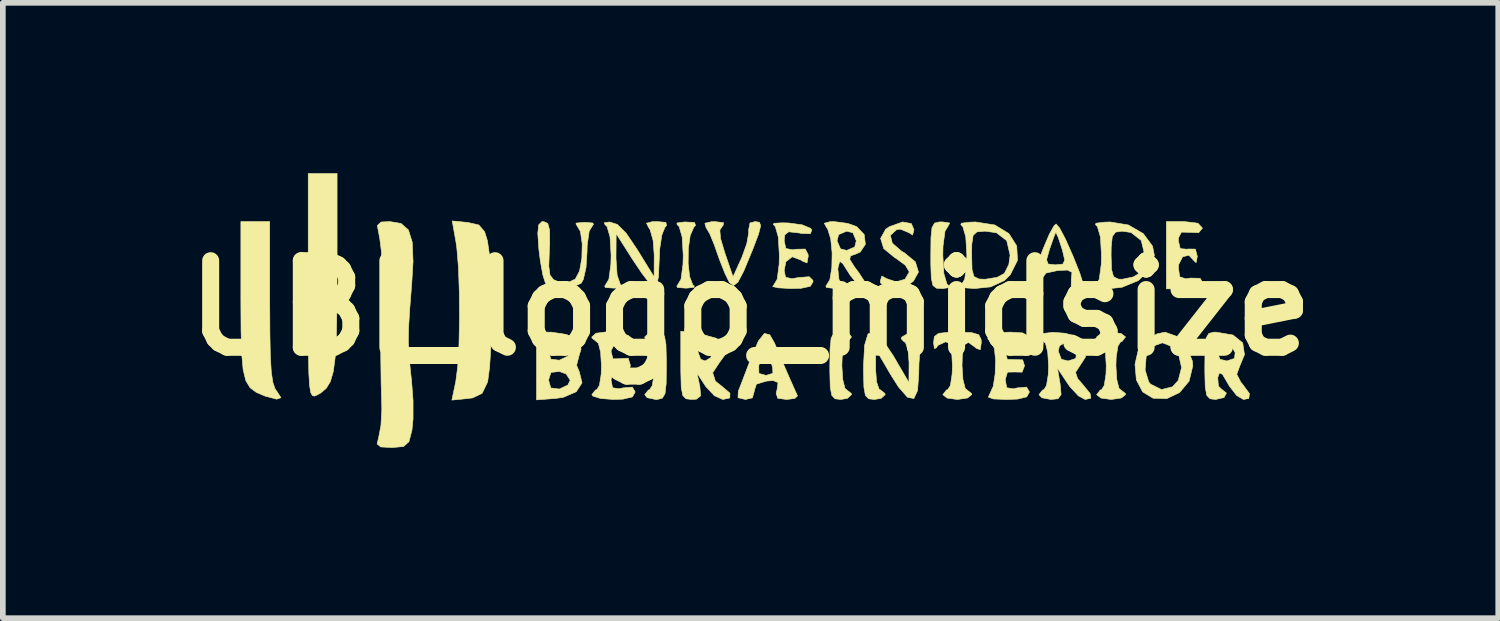
<source format=kicad_pcb>
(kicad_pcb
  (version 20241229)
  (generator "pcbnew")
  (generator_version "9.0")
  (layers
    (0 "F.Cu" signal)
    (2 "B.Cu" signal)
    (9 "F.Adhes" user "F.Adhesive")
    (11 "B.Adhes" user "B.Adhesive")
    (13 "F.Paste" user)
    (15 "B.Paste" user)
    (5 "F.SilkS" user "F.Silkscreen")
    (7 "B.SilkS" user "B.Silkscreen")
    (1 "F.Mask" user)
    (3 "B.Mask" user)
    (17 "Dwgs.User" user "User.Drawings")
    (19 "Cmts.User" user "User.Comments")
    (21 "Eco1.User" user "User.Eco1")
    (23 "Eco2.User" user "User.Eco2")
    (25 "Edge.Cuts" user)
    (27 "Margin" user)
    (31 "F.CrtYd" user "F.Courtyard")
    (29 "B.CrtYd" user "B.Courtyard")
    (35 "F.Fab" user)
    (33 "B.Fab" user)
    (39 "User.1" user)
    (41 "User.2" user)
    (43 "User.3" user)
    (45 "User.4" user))
  (footprint "UBI_logo_midsize"
    (layer "F.Cu")
    (at 10.167 2.376)
    (property "Reference" "UBI_logo_midsize" (at 0 0 0) (layer "F.SilkS") (effects (font (size 1.524 1.524) (thickness 0.3))))
    (attr through_hole)
    (fp_poly (pts (xy -8.467 -0.091) (xy -8.464 0.453) (xy -8.456 0.851) (xy -8.439 1.13) (xy -8.411 1.313) (xy -8.371 1.425) (xy -8.334 1.476) (xy -8.269 1.578) (xy -8.345 1.604) (xy -8.548 1.55) (xy -8.551 1.549) (xy -8.702 1.485) (xy -8.812 1.403) (xy -8.888 1.278) (xy -8.935 1.085) (xy -8.961 0.798) (xy -8.972 0.392) (xy -8.975 -0.14) (xy -8.975 -1.524) (xy -8.467 -1.524) (xy -8.467 -0.091)) (stroke (width 0.01) (type solid)) (fill yes) (layer "F.SilkS"))
    (fp_poly (pts (xy -7.281 -0.629) (xy -7.284 0.005) (xy -7.293 0.493) (xy -7.313 0.855) (xy -7.347 1.115) (xy -7.399 1.293) (xy -7.471 1.412) (xy -7.568 1.494) (xy -7.622 1.525) (xy -7.675 1.549) (xy -7.715 1.542) (xy -7.745 1.487) (xy -7.765 1.363) (xy -7.778 1.152) (xy -7.785 0.835) (xy -7.789 0.391) (xy -7.789 -0.198) (xy -7.789 -0.378) (xy -7.789 -2.371) (xy -7.281 -2.371) (xy -7.281 -0.629)) (stroke (width 0.01) (type solid)) (fill yes) (layer "F.SilkS"))
    (fp_poly (pts (xy 3.387 -1.517) (xy 3.507 -1.499) (xy 3.493 -1.468) (xy 3.425 -1.354) (xy 3.39 -1.091) (xy 3.387 -0.931) (xy 3.405 -0.608) (xy 3.459 -0.426) (xy 3.493 -0.395) (xy 3.503 -0.362) (xy 3.387 -0.345) (xy 3.276 -0.35) (xy 3.213 -0.398) (xy 3.184 -0.525) (xy 3.175 -0.769) (xy 3.175 -0.931) (xy 3.178 -1.241) (xy 3.196 -1.417) (xy 3.242 -1.498) (xy 3.329 -1.518) (xy 3.387 -1.517)) (stroke (width 0.01) (type solid)) (fill yes) (layer "F.SilkS"))
    (fp_poly (pts (xy -1.572 0.435) (xy -1.515 0.495) (xy -1.489 0.639) (xy -1.482 0.904) (xy -1.482 1.016) (xy -1.485 1.326) (xy -1.505 1.504) (xy -1.551 1.585) (xy -1.636 1.608) (xy -1.672 1.609) (xy -1.821 1.577) (xy -1.863 1.524) (xy -1.798 1.442) (xy -1.778 1.439) (xy -1.73 1.363) (xy -1.699 1.168) (xy -1.693 1.016) (xy -1.709 0.775) (xy -1.748 0.621) (xy -1.778 0.593) (xy -1.86 0.528) (xy -1.863 0.508) (xy -1.791 0.442) (xy -1.672 0.423) (xy -1.572 0.435)) (stroke (width 0.01) (type solid)) (fill yes) (layer "F.SilkS"))
    (fp_poly (pts (xy -0.985 -1.508) (xy -0.969 -1.458) (xy -0.999 -1.422) (xy -1.062 -1.28) (xy -1.095 -1.048) (xy -1.098 -0.786) (xy -1.072 -0.554) (xy -1.017 -0.411) (xy -0.995 -0.395) (xy -0.991 -0.366) (xy -1.123 -0.352) (xy -1.143 -0.352) (xy -1.287 -0.363) (xy -1.299 -0.391) (xy -1.291 -0.395) (xy -1.224 -0.509) (xy -1.189 -0.771) (xy -1.185 -0.931) (xy -1.204 -1.254) (xy -1.257 -1.437) (xy -1.291 -1.468) (xy -1.296 -1.499) (xy -1.164 -1.517) (xy -1.147 -1.517) (xy -0.985 -1.508)) (stroke (width 0.01) (type solid)) (fill yes) (layer "F.SilkS"))
    (fp_poly (pts (xy 1.736 0.455) (xy 1.778 0.508) (xy 1.714 0.59) (xy 1.693 0.593) (xy 1.645 0.669) (xy 1.614 0.864) (xy 1.609 1.016) (xy 1.624 1.257) (xy 1.663 1.411) (xy 1.693 1.439) (xy 1.776 1.504) (xy 1.778 1.524) (xy 1.706 1.59) (xy 1.587 1.609) (xy 1.488 1.597) (xy 1.431 1.537) (xy 1.404 1.393) (xy 1.397 1.128) (xy 1.397 1.016) (xy 1.401 0.706) (xy 1.42 0.528) (xy 1.466 0.447) (xy 1.552 0.424) (xy 1.587 0.423) (xy 1.736 0.455)) (stroke (width 0.01) (type solid)) (fill yes) (layer "F.SilkS"))
    (fp_poly (pts (xy -4.979 -1.508) (xy -4.785 -1.464) (xy -4.683 -1.346) (xy -4.633 -1.185) (xy -4.599 -0.949) (xy -4.576 -0.598) (xy -4.564 -0.178) (xy -4.563 0.267) (xy -4.573 0.688) (xy -4.595 1.042) (xy -4.627 1.282) (xy -4.635 1.312) (xy -4.727 1.501) (xy -4.893 1.581) (xy -4.985 1.593) (xy -5.259 1.62) (xy -5.191 1.297) (xy -5.156 1.029) (xy -5.134 0.644) (xy -5.125 0.191) (xy -5.128 -0.277) (xy -5.143 -0.711) (xy -5.172 -1.058) (xy -5.188 -1.17) (xy -5.253 -1.535) (xy -4.979 -1.508)) (stroke (width 0.01) (type solid)) (fill yes) (layer "F.SilkS"))
    (fp_poly (pts (xy 7.879 -1.495) (xy 7.959 -1.409) (xy 7.892 -1.328) (xy 7.747 -1.334) (xy 7.589 -1.338) (xy 7.538 -1.241) (xy 7.535 -1.185) (xy 7.568 -1.047) (xy 7.691 -1.037) (xy 7.705 -1.041) (xy 7.835 -1.039) (xy 7.868 -0.913) (xy 7.867 -0.902) (xy 7.847 -0.801) (xy 7.818 -0.826) (xy 7.72 -0.931) (xy 7.61 -0.904) (xy 7.54 -0.768) (xy 7.535 -0.71) (xy 7.559 -0.551) (xy 7.663 -0.516) (xy 7.747 -0.529) (xy 7.919 -0.525) (xy 7.959 -0.454) (xy 7.879 -0.367) (xy 7.641 -0.339) (xy 7.324 -0.339) (xy 7.324 -1.524) (xy 7.641 -1.524) (xy 7.879 -1.495)) (stroke (width 0.01) (type solid)) (fill yes) (layer "F.SilkS"))
    (fp_poly (pts (xy 0.158 -1.511) (xy 0.179 -1.449) (xy 0.141 -1.303) (xy 0.042 -1.041) (xy 0.023 -0.995) (xy -0.119 -0.652) (xy -0.222 -0.456) (xy -0.302 -0.395) (xy -0.374 -0.454) (xy -0.45 -0.61) (xy -0.551 -0.867) (xy -0.631 -1.095) (xy -0.635 -1.108) (xy -0.718 -1.31) (xy -0.783 -1.418) (xy -0.804 -1.494) (xy -0.685 -1.522) (xy -0.624 -1.523) (xy -0.475 -1.505) (xy -0.482 -1.457) (xy -0.487 -1.454) (xy -0.54 -1.377) (xy -0.528 -1.225) (xy -0.451 -0.969) (xy -0.308 -0.551) (xy -0.154 -0.889) (xy -0.066 -1.132) (xy -0.031 -1.331) (xy -0.034 -1.376) (xy -0.009 -1.5) (xy 0.083 -1.524) (xy 0.158 -1.511)) (stroke (width 0.01) (type solid)) (fill yes) (layer "F.SilkS"))
    (fp_poly (pts (xy 7.509 0.499) (xy 7.685 0.687) (xy 7.782 0.934) (xy 7.789 1.016) (xy 7.724 1.286) (xy 7.556 1.487) (xy 7.33 1.594) (xy 7.089 1.587) (xy 6.906 1.476) (xy 6.795 1.264) (xy 6.78 1.09) (xy 6.949 1.09) (xy 7.012 1.298) (xy 7.044 1.338) (xy 7.237 1.434) (xy 7.432 1.386) (xy 7.534 1.272) (xy 7.591 1.045) (xy 7.543 0.834) (xy 7.421 0.677) (xy 7.254 0.611) (xy 7.073 0.675) (xy 7.066 0.681) (xy 6.968 0.855) (xy 6.949 1.09) (xy 6.78 1.09) (xy 6.771 0.99) (xy 6.831 0.728) (xy 6.962 0.555) (xy 7.159 0.454) (xy 7.3 0.423) (xy 7.509 0.499)) (stroke (width 0.01) (type solid)) (fill yes) (layer "F.SilkS"))
    (fp_poly (pts (xy 2.832 -1.489) (xy 2.879 -1.38) (xy 2.854 -1.288) (xy 2.784 -1.331) (xy 2.635 -1.391) (xy 2.572 -1.381) (xy 2.463 -1.281) (xy 2.497 -1.143) (xy 2.664 -0.999) (xy 2.709 -0.974) (xy 2.903 -0.815) (xy 2.958 -0.635) (xy 2.868 -0.473) (xy 2.8 -0.426) (xy 2.572 -0.347) (xy 2.386 -0.355) (xy 2.29 -0.444) (xy 2.286 -0.476) (xy 2.312 -0.565) (xy 2.402 -0.517) (xy 2.563 -0.462) (xy 2.719 -0.508) (xy 2.794 -0.633) (xy 2.794 -0.642) (xy 2.726 -0.756) (xy 2.559 -0.879) (xy 2.54 -0.889) (xy 2.346 -1.048) (xy 2.291 -1.228) (xy 2.381 -1.39) (xy 2.45 -1.436) (xy 2.679 -1.517) (xy 2.832 -1.489)) (stroke (width 0.01) (type solid)) (fill yes) (layer "F.SilkS"))
    (fp_poly (pts (xy 6.528 0.448) (xy 6.604 0.507) (xy 6.604 0.508) (xy 6.54 0.59) (xy 6.519 0.593) (xy 6.471 0.669) (xy 6.44 0.864) (xy 6.435 1.016) (xy 6.45 1.257) (xy 6.489 1.411) (xy 6.519 1.439) (xy 6.602 1.504) (xy 6.604 1.524) (xy 6.53 1.583) (xy 6.353 1.609) (xy 6.35 1.609) (xy 6.172 1.584) (xy 6.096 1.525) (xy 6.096 1.524) (xy 6.16 1.442) (xy 6.181 1.439) (xy 6.229 1.363) (xy 6.26 1.168) (xy 6.265 1.016) (xy 6.25 0.775) (xy 6.211 0.621) (xy 6.181 0.593) (xy 6.098 0.528) (xy 6.096 0.508) (xy 6.17 0.449) (xy 6.347 0.423) (xy 6.35 0.423) (xy 6.528 0.448)) (stroke (width 0.01) (type solid)) (fill yes) (layer "F.SilkS"))
    (fp_poly (pts (xy -0.898 0.451) (xy -0.605 0.53) (xy -0.454 0.662) (xy -0.455 0.831) (xy -0.55 0.962) (xy -0.666 1.138) (xy -0.618 1.287) (xy -0.508 1.374) (xy -0.362 1.498) (xy -0.365 1.582) (xy -0.488 1.609) (xy -0.636 1.543) (xy -0.785 1.384) (xy -0.791 1.376) (xy -0.943 1.143) (xy -0.893 1.376) (xy -0.877 1.544) (xy -0.951 1.603) (xy -1.036 1.609) (xy -1.136 1.597) (xy -1.193 1.539) (xy -1.22 1.398) (xy -1.227 1.137) (xy -1.228 1.008) (xy -1.228 0.755) (xy -0.931 0.755) (xy -0.878 0.9) (xy -0.798 0.931) (xy -0.696 0.868) (xy -0.692 0.79) (xy -0.763 0.649) (xy -0.861 0.618) (xy -0.927 0.704) (xy -0.931 0.755) (xy -1.228 0.755) (xy -1.228 0.407) (xy -0.898 0.451)) (stroke (width 0.01) (type solid)) (fill yes) (layer "F.SilkS"))
    (fp_poly (pts (xy -6.155 -1.491) (xy -6.025 -1.377) (xy -5.957 -1.161) (xy -5.943 -0.82) (xy -5.966 -0.43) (xy -6.001 0.012) (xy -6.021 0.336) (xy -6.026 0.594) (xy -6.014 0.837) (xy -5.988 1.116) (xy -5.969 1.281) (xy -5.943 1.627) (xy -5.943 1.953) (xy -5.962 2.149) (xy -6.015 2.352) (xy -6.11 2.438) (xy -6.306 2.455) (xy -6.317 2.455) (xy -6.512 2.445) (xy -6.576 2.392) (xy -6.546 2.266) (xy -6.546 2.265) (xy -6.508 2.065) (xy -6.493 1.786) (xy -6.495 1.672) (xy -6.505 1.328) (xy -6.511 0.884) (xy -6.513 0.398) (xy -6.51 -0.075) (xy -6.504 -0.477) (xy -6.496 -0.699) (xy -6.499 -0.988) (xy -6.532 -1.249) (xy -6.542 -1.291) (xy -6.572 -1.455) (xy -6.506 -1.516) (xy -6.355 -1.524) (xy -6.155 -1.491)) (stroke (width 0.01) (type solid)) (fill yes) (layer "F.SilkS"))
    (fp_poly (pts (xy 4.302 -1.464) (xy 4.55 -1.313) (xy 4.688 -1.095) (xy 4.702 -0.842) (xy 4.575 -0.588) (xy 4.474 -0.487) (xy 4.23 -0.374) (xy 3.949 -0.345) (xy 3.759 -0.358) (xy 3.689 -0.382) (xy 3.704 -0.395) (xy 3.772 -0.509) (xy 3.806 -0.771) (xy 3.81 -0.931) (xy 3.895 -0.931) (xy 3.901 -0.681) (xy 3.935 -0.556) (xy 4.022 -0.513) (xy 4.132 -0.508) (xy 4.343 -0.542) (xy 4.47 -0.61) (xy 4.549 -0.768) (xy 4.572 -0.931) (xy 4.512 -1.188) (xy 4.331 -1.327) (xy 4.132 -1.355) (xy 3.991 -1.344) (xy 3.921 -1.283) (xy 3.897 -1.127) (xy 3.895 -0.931) (xy 3.81 -0.931) (xy 3.791 -1.254) (xy 3.738 -1.437) (xy 3.704 -1.468) (xy 3.713 -1.495) (xy 3.855 -1.513) (xy 3.962 -1.517) (xy 4.302 -1.464)) (stroke (width 0.01) (type solid)) (fill yes) (layer "F.SilkS"))
    (fp_poly (pts (xy 6.655 -1.464) (xy 6.918 -1.311) (xy 7.08 -1.091) (xy 7.112 -0.931) (xy 7.035 -0.684) (xy 6.83 -0.485) (xy 6.54 -0.366) (xy 6.333 -0.345) (xy 6.138 -0.358) (xy 6.06 -0.381) (xy 6.075 -0.395) (xy 6.142 -0.509) (xy 6.177 -0.771) (xy 6.181 -0.931) (xy 6.35 -0.931) (xy 6.358 -0.679) (xy 6.393 -0.554) (xy 6.477 -0.511) (xy 6.545 -0.508) (xy 6.744 -0.55) (xy 6.841 -0.61) (xy 6.919 -0.768) (xy 6.943 -0.931) (xy 6.881 -1.191) (xy 6.701 -1.332) (xy 6.545 -1.355) (xy 6.429 -1.338) (xy 6.371 -1.26) (xy 6.352 -1.078) (xy 6.35 -0.931) (xy 6.181 -0.931) (xy 6.162 -1.254) (xy 6.109 -1.437) (xy 6.075 -1.468) (xy 6.083 -1.495) (xy 6.226 -1.513) (xy 6.333 -1.517) (xy 6.655 -1.464)) (stroke (width 0.01) (type solid)) (fill yes) (layer "F.SilkS"))
    (fp_poly (pts (xy 3.893 0.431) (xy 4.019 0.468) (xy 4.061 0.551) (xy 4.064 0.61) (xy 4.046 0.733) (xy 3.976 0.708) (xy 3.962 0.694) (xy 3.838 0.604) (xy 3.763 0.647) (xy 3.73 0.836) (xy 3.725 1.016) (xy 3.741 1.257) (xy 3.78 1.411) (xy 3.81 1.439) (xy 3.892 1.504) (xy 3.895 1.524) (xy 3.821 1.583) (xy 3.644 1.609) (xy 3.641 1.609) (xy 3.462 1.584) (xy 3.387 1.525) (xy 3.387 1.524) (xy 3.451 1.442) (xy 3.471 1.439) (xy 3.52 1.363) (xy 3.55 1.168) (xy 3.556 1.016) (xy 3.541 0.745) (xy 3.49 0.614) (xy 3.436 0.593) (xy 3.3 0.657) (xy 3.273 0.699) (xy 3.239 0.713) (xy 3.224 0.614) (xy 3.237 0.501) (xy 3.313 0.444) (xy 3.495 0.425) (xy 3.641 0.423) (xy 3.893 0.431)) (stroke (width 0.01) (type solid)) (fill yes) (layer "F.SilkS"))
    (fp_poly (pts (xy -3.571 -1.493) (xy -3.538 -1.376) (xy -3.536 -1.138) (xy -3.542 -1.024) (xy -3.552 -0.74) (xy -3.531 -0.581) (xy -3.469 -0.501) (xy -3.39 -0.467) (xy -3.189 -0.463) (xy -3.086 -0.511) (xy -3.011 -0.652) (xy -2.97 -0.879) (xy -2.964 -1.132) (xy -2.995 -1.348) (xy -3.063 -1.465) (xy -3.069 -1.468) (xy -3.073 -1.497) (xy -2.941 -1.51) (xy -2.921 -1.511) (xy -2.777 -1.499) (xy -2.765 -1.471) (xy -2.773 -1.468) (xy -2.841 -1.356) (xy -2.876 -1.107) (xy -2.879 -0.984) (xy -2.897 -0.712) (xy -2.944 -0.505) (xy -2.98 -0.44) (xy -3.146 -0.36) (xy -3.364 -0.344) (xy -3.552 -0.392) (xy -3.613 -0.445) (xy -3.657 -0.583) (xy -3.701 -0.828) (xy -3.727 -1.037) (xy -3.746 -1.317) (xy -3.731 -1.466) (xy -3.676 -1.521) (xy -3.644 -1.524) (xy -3.571 -1.493)) (stroke (width 0.01) (type solid)) (fill yes) (layer "F.SilkS"))
    (fp_poly (pts (xy -3.235 0.465) (xy -3.05 0.572) (xy -2.983 0.721) (xy -3.015 0.821) (xy -3.063 1.007) (xy -3.015 1.122) (xy -2.967 1.316) (xy -3.069 1.473) (xy -3.3 1.572) (xy -3.438 1.591) (xy -3.768 1.616) (xy -3.768 1.27) (xy -3.556 1.27) (xy -3.517 1.406) (xy -3.373 1.425) (xy -3.365 1.424) (xy -3.217 1.355) (xy -3.175 1.27) (xy -3.247 1.16) (xy -3.365 1.116) (xy -3.514 1.132) (xy -3.556 1.262) (xy -3.556 1.27) (xy -3.768 1.27) (xy -3.768 0.762) (xy -3.556 0.762) (xy -3.517 0.898) (xy -3.373 0.917) (xy -3.365 0.916) (xy -3.217 0.847) (xy -3.175 0.762) (xy -3.247 0.652) (xy -3.365 0.608) (xy -3.514 0.624) (xy -3.556 0.754) (xy -3.556 0.762) (xy -3.768 0.762) (xy -3.768 0.423) (xy -3.509 0.423) (xy -3.235 0.465)) (stroke (width 0.01) (type solid)) (fill yes) (layer "F.SilkS"))
    (fp_poly (pts (xy 2.319 0.549) (xy 2.515 0.84) (xy 2.531 0.868) (xy 2.79 1.312) (xy 2.792 0.953) (xy 2.774 0.733) (xy 2.728 0.605) (xy 2.704 0.593) (xy 2.654 0.541) (xy 2.667 0.508) (xy 2.786 0.438) (xy 2.893 0.423) (xy 3.018 0.46) (xy 3.015 0.557) (xy 2.986 0.715) (xy 2.967 0.972) (xy 2.963 1.15) (xy 2.942 1.452) (xy 2.877 1.592) (xy 2.765 1.571) (xy 2.606 1.389) (xy 2.464 1.164) (xy 2.205 0.72) (xy 2.203 1.079) (xy 2.22 1.299) (xy 2.264 1.427) (xy 2.286 1.439) (xy 2.368 1.504) (xy 2.371 1.524) (xy 2.299 1.59) (xy 2.18 1.609) (xy 2.08 1.597) (xy 2.023 1.537) (xy 1.997 1.393) (xy 1.99 1.128) (xy 1.99 1.016) (xy 2.009 0.653) (xy 2.069 0.455) (xy 2.172 0.421) (xy 2.319 0.549)) (stroke (width 0.01) (type solid)) (fill yes) (layer "F.SilkS"))
    (fp_poly (pts (xy 0.339 0.469) (xy 0.422 0.614) (xy 0.526 0.859) (xy 0.642 1.128) (xy 0.747 1.367) (xy 0.817 1.522) (xy 0.828 1.545) (xy 0.781 1.591) (xy 0.636 1.609) (xy 0.479 1.588) (xy 0.451 1.499) (xy 0.468 1.433) (xy 0.485 1.311) (xy 0.4 1.276) (xy 0.283 1.285) (xy 0.105 1.338) (xy 0.066 1.453) (xy 0.067 1.46) (xy 0.033 1.581) (xy -0.09 1.609) (xy -0.22 1.578) (xy -0.215 1.465) (xy -0.213 1.46) (xy -0.151 1.3) (xy -0.055 1.048) (xy -0.042 1.015) (xy 0.145 1.015) (xy 0.148 1.15) (xy 0.271 1.185) (xy 0.394 1.148) (xy 0.39 1.051) (xy 0.344 0.887) (xy 0.339 0.835) (xy 0.306 0.778) (xy 0.233 0.834) (xy 0.161 0.964) (xy 0.145 1.015) (xy -0.042 1.015) (xy 0.013 0.868) (xy 0.14 0.577) (xy 0.245 0.446) (xy 0.339 0.469)) (stroke (width 0.01) (type solid)) (fill yes) (layer "F.SilkS"))
    (fp_poly (pts (xy -1.491 -1.51) (xy -1.478 -1.456) (xy -1.507 -1.422) (xy -1.562 -1.287) (xy -1.599 -1.042) (xy -1.609 -0.823) (xy -1.621 -0.553) (xy -1.655 -0.387) (xy -1.691 -0.353) (xy -1.776 -0.434) (xy -1.917 -0.619) (xy -2.07 -0.847) (xy -2.366 -1.312) (xy -2.369 -0.875) (xy -2.349 -0.582) (xy -2.293 -0.417) (xy -2.265 -0.395) (xy -2.261 -0.366) (xy -2.393 -0.352) (xy -2.413 -0.352) (xy -2.557 -0.363) (xy -2.569 -0.391) (xy -2.561 -0.395) (xy -2.494 -0.509) (xy -2.459 -0.771) (xy -2.455 -0.931) (xy -2.474 -1.254) (xy -2.527 -1.437) (xy -2.561 -1.468) (xy -2.577 -1.503) (xy -2.483 -1.517) (xy -2.346 -1.474) (xy -2.191 -1.321) (xy -1.999 -1.037) (xy -1.698 -0.55) (xy -1.696 -0.936) (xy -1.715 -1.191) (xy -1.768 -1.381) (xy -1.795 -1.422) (xy -1.832 -1.495) (xy -1.731 -1.522) (xy -1.651 -1.524) (xy -1.491 -1.51)) (stroke (width 0.01) (type solid)) (fill yes) (layer "F.SilkS"))
    (fp_poly (pts (xy 0.671 -1.499) (xy 0.909 -1.467) (xy 1.058 -1.405) (xy 1.08 -1.377) (xy 1.055 -1.31) (xy 0.897 -1.315) (xy 0.853 -1.324) (xy 0.672 -1.344) (xy 0.602 -1.288) (xy 0.593 -1.186) (xy 0.622 -1.05) (xy 0.742 -1.027) (xy 0.804 -1.037) (xy 0.964 -1.04) (xy 1.015 -0.944) (xy 1.016 -0.909) (xy 0.995 -0.795) (xy 0.91 -0.83) (xy 0.893 -0.844) (xy 0.734 -0.904) (xy 0.623 -0.817) (xy 0.593 -0.662) (xy 0.617 -0.544) (xy 0.725 -0.518) (xy 0.847 -0.538) (xy 1.033 -0.553) (xy 1.099 -0.489) (xy 1.101 -0.464) (xy 1.053 -0.384) (xy 0.891 -0.349) (xy 0.699 -0.345) (xy 0.488 -0.357) (xy 0.391 -0.379) (xy 0.402 -0.395) (xy 0.47 -0.509) (xy 0.504 -0.771) (xy 0.508 -0.931) (xy 0.489 -1.254) (xy 0.436 -1.438) (xy 0.402 -1.471) (xy 0.412 -1.494) (xy 0.555 -1.502) (xy 0.671 -1.499)) (stroke (width 0.01) (type solid)) (fill yes) (layer "F.SilkS"))
    (fp_poly (pts (xy 4.795 0.437) (xy 4.89 0.494) (xy 4.911 0.61) (xy 4.892 0.733) (xy 4.823 0.708) (xy 4.809 0.694) (xy 4.647 0.598) (xy 4.525 0.64) (xy 4.487 0.772) (xy 4.523 0.904) (xy 4.656 0.907) (xy 4.657 0.907) (xy 4.793 0.911) (xy 4.826 1.016) (xy 4.782 1.128) (xy 4.657 1.125) (xy 4.525 1.127) (xy 4.487 1.255) (xy 4.487 1.269) (xy 4.513 1.402) (xy 4.625 1.421) (xy 4.699 1.405) (xy 4.862 1.391) (xy 4.911 1.475) (xy 4.911 1.48) (xy 4.864 1.563) (xy 4.705 1.602) (xy 4.513 1.609) (xy 4.278 1.6) (xy 4.188 1.567) (xy 4.216 1.507) (xy 4.275 1.376) (xy 4.308 1.162) (xy 4.316 0.923) (xy 4.296 0.717) (xy 4.25 0.601) (xy 4.228 0.593) (xy 4.178 0.541) (xy 4.191 0.508) (xy 4.302 0.454) (xy 4.513 0.425) (xy 4.577 0.423) (xy 4.795 0.437)) (stroke (width 0.01) (type solid)) (fill yes) (layer "F.SilkS"))
    (fp_poly (pts (xy 8.497 0.474) (xy 8.668 0.612) (xy 8.699 0.82) (xy 8.619 1.012) (xy 8.563 1.165) (xy 8.637 1.308) (xy 8.661 1.335) (xy 8.787 1.506) (xy 8.775 1.592) (xy 8.681 1.609) (xy 8.562 1.54) (xy 8.431 1.371) (xy 8.41 1.333) (xy 8.312 1.167) (xy 8.259 1.14) (xy 8.228 1.224) (xy 8.24 1.373) (xy 8.288 1.422) (xy 8.381 1.496) (xy 8.338 1.575) (xy 8.191 1.609) (xy 8.092 1.597) (xy 8.035 1.537) (xy 8.008 1.393) (xy 8.001 1.128) (xy 8.001 1.016) (xy 8.004 0.756) (xy 8.213 0.756) (xy 8.268 0.901) (xy 8.388 0.931) (xy 8.523 0.886) (xy 8.535 0.784) (xy 8.457 0.647) (xy 8.335 0.606) (xy 8.235 0.665) (xy 8.213 0.756) (xy 8.004 0.756) (xy 8.005 0.706) (xy 8.023 0.529) (xy 8.07 0.447) (xy 8.156 0.424) (xy 8.197 0.423) (xy 8.497 0.474)) (stroke (width 0.01) (type solid)) (fill yes) (layer "F.SilkS"))
    (fp_poly (pts (xy 5.444 -1.409) (xy 5.545 -1.218) (xy 5.666 -0.947) (xy 5.682 -0.91) (xy 5.799 -0.616) (xy 5.853 -0.445) (xy 5.848 -0.364) (xy 5.789 -0.34) (xy 5.76 -0.339) (xy 5.647 -0.38) (xy 5.65 -0.514) (xy 5.661 -0.631) (xy 5.581 -0.67) (xy 5.409 -0.662) (xy 5.204 -0.617) (xy 5.134 -0.521) (xy 5.134 -0.487) (xy 5.08 -0.362) (xy 4.985 -0.339) (xy 4.875 -0.364) (xy 4.903 -0.469) (xy 4.913 -0.487) (xy 4.993 -0.65) (xy 5.078 -0.852) (xy 5.214 -0.852) (xy 5.241 -0.777) (xy 5.366 -0.762) (xy 5.373 -0.762) (xy 5.5 -0.775) (xy 5.534 -0.845) (xy 5.493 -1.02) (xy 5.481 -1.058) (xy 5.419 -1.245) (xy 5.379 -1.333) (xy 5.375 -1.333) (xy 5.34 -1.247) (xy 5.276 -1.065) (xy 5.266 -1.037) (xy 5.214 -0.852) (xy 5.078 -0.852) (xy 5.099 -0.902) (xy 5.159 -1.058) (xy 5.259 -1.294) (xy 5.344 -1.448) (xy 5.382 -1.482) (xy 5.444 -1.409)) (stroke (width 0.01) (type solid)) (fill yes) (layer "F.SilkS"))
    (fp_poly (pts (xy 5.543 0.443) (xy 5.739 0.499) (xy 5.763 0.511) (xy 5.905 0.663) (xy 5.898 0.863) (xy 5.8 1.015) (xy 5.724 1.131) (xy 5.76 1.24) (xy 5.843 1.336) (xy 5.981 1.504) (xy 5.994 1.587) (xy 5.893 1.609) (xy 5.773 1.544) (xy 5.624 1.383) (xy 5.589 1.333) (xy 5.405 1.058) (xy 5.452 1.333) (xy 5.47 1.522) (xy 5.416 1.596) (xy 5.29 1.609) (xy 5.131 1.579) (xy 5.08 1.524) (xy 5.144 1.442) (xy 5.165 1.439) (xy 5.213 1.363) (xy 5.244 1.168) (xy 5.249 1.016) (xy 5.234 0.775) (xy 5.229 0.756) (xy 5.419 0.756) (xy 5.474 0.901) (xy 5.594 0.931) (xy 5.729 0.886) (xy 5.741 0.784) (xy 5.663 0.647) (xy 5.541 0.606) (xy 5.441 0.665) (xy 5.419 0.756) (xy 5.229 0.756) (xy 5.195 0.621) (xy 5.165 0.593) (xy 5.082 0.528) (xy 5.08 0.508) (xy 5.152 0.447) (xy 5.327 0.426) (xy 5.543 0.443)) (stroke (width 0.01) (type solid)) (fill yes) (layer "F.SilkS"))
    (fp_poly (pts (xy -2.342 0.433) (xy -2.157 0.479) (xy -2.061 0.554) (xy -2.051 0.7) (xy -2.075 0.744) (xy -2.155 0.738) (xy -2.178 0.699) (xy -2.273 0.599) (xy -2.389 0.621) (xy -2.454 0.747) (xy -2.455 0.768) (xy -2.422 0.894) (xy -2.293 0.891) (xy -2.286 0.889) (xy -2.154 0.881) (xy -2.117 1.002) (xy -2.117 1.016) (xy -2.149 1.147) (xy -2.273 1.147) (xy -2.286 1.143) (xy -2.417 1.135) (xy -2.455 1.255) (xy -2.455 1.273) (xy -2.429 1.403) (xy -2.315 1.42) (xy -2.244 1.405) (xy -2.081 1.391) (xy -2.032 1.475) (xy -2.032 1.48) (xy -2.08 1.564) (xy -2.245 1.603) (xy -2.413 1.609) (xy -2.64 1.592) (xy -2.777 1.549) (xy -2.794 1.524) (xy -2.73 1.442) (xy -2.709 1.439) (xy -2.661 1.363) (xy -2.63 1.168) (xy -2.625 1.016) (xy -2.64 0.775) (xy -2.679 0.621) (xy -2.709 0.593) (xy -2.792 0.528) (xy -2.794 0.508) (xy -2.723 0.443) (xy -2.551 0.42) (xy -2.342 0.433)) (stroke (width 0.01) (type solid)) (fill yes) (layer "F.SilkS"))
    (fp_poly (pts (xy 1.71 -1.492) (xy 1.868 -1.436) (xy 2.002 -1.296) (xy 2.023 -1.124) (xy 1.932 -0.987) (xy 1.861 -0.955) (xy 1.76 -0.919) (xy 1.748 -0.856) (xy 1.832 -0.724) (xy 1.907 -0.625) (xy 2.032 -0.432) (xy 2.035 -0.344) (xy 2.012 -0.339) (xy 1.899 -0.405) (xy 1.761 -0.57) (xy 1.733 -0.614) (xy 1.625 -0.785) (xy 1.572 -0.822) (xy 1.545 -0.735) (xy 1.538 -0.687) (xy 1.558 -0.503) (xy 1.622 -0.413) (xy 1.648 -0.362) (xy 1.508 -0.346) (xy 1.482 -0.347) (xy 1.338 -0.362) (xy 1.326 -0.391) (xy 1.333 -0.395) (xy 1.397 -0.5) (xy 1.432 -0.712) (xy 1.437 -0.971) (xy 1.416 -1.185) (xy 1.524 -1.185) (xy 1.584 -1.044) (xy 1.693 -1.016) (xy 1.835 -1.076) (xy 1.863 -1.185) (xy 1.803 -1.327) (xy 1.693 -1.355) (xy 1.552 -1.295) (xy 1.524 -1.185) (xy 1.416 -1.185) (xy 1.413 -1.218) (xy 1.359 -1.393) (xy 1.338 -1.422) (xy 1.299 -1.495) (xy 1.401 -1.522) (xy 1.47 -1.524) (xy 1.71 -1.492)) (stroke (width 0.01) (type solid)) (fill yes) (layer "F.SilkS")))
  (gr_rect
    (start -3 -3)
    (end 23.335 7.836)
    (stroke (width 0.1) (type default))
    (fill no)
    (layer "Edge.Cuts")))
</source>
